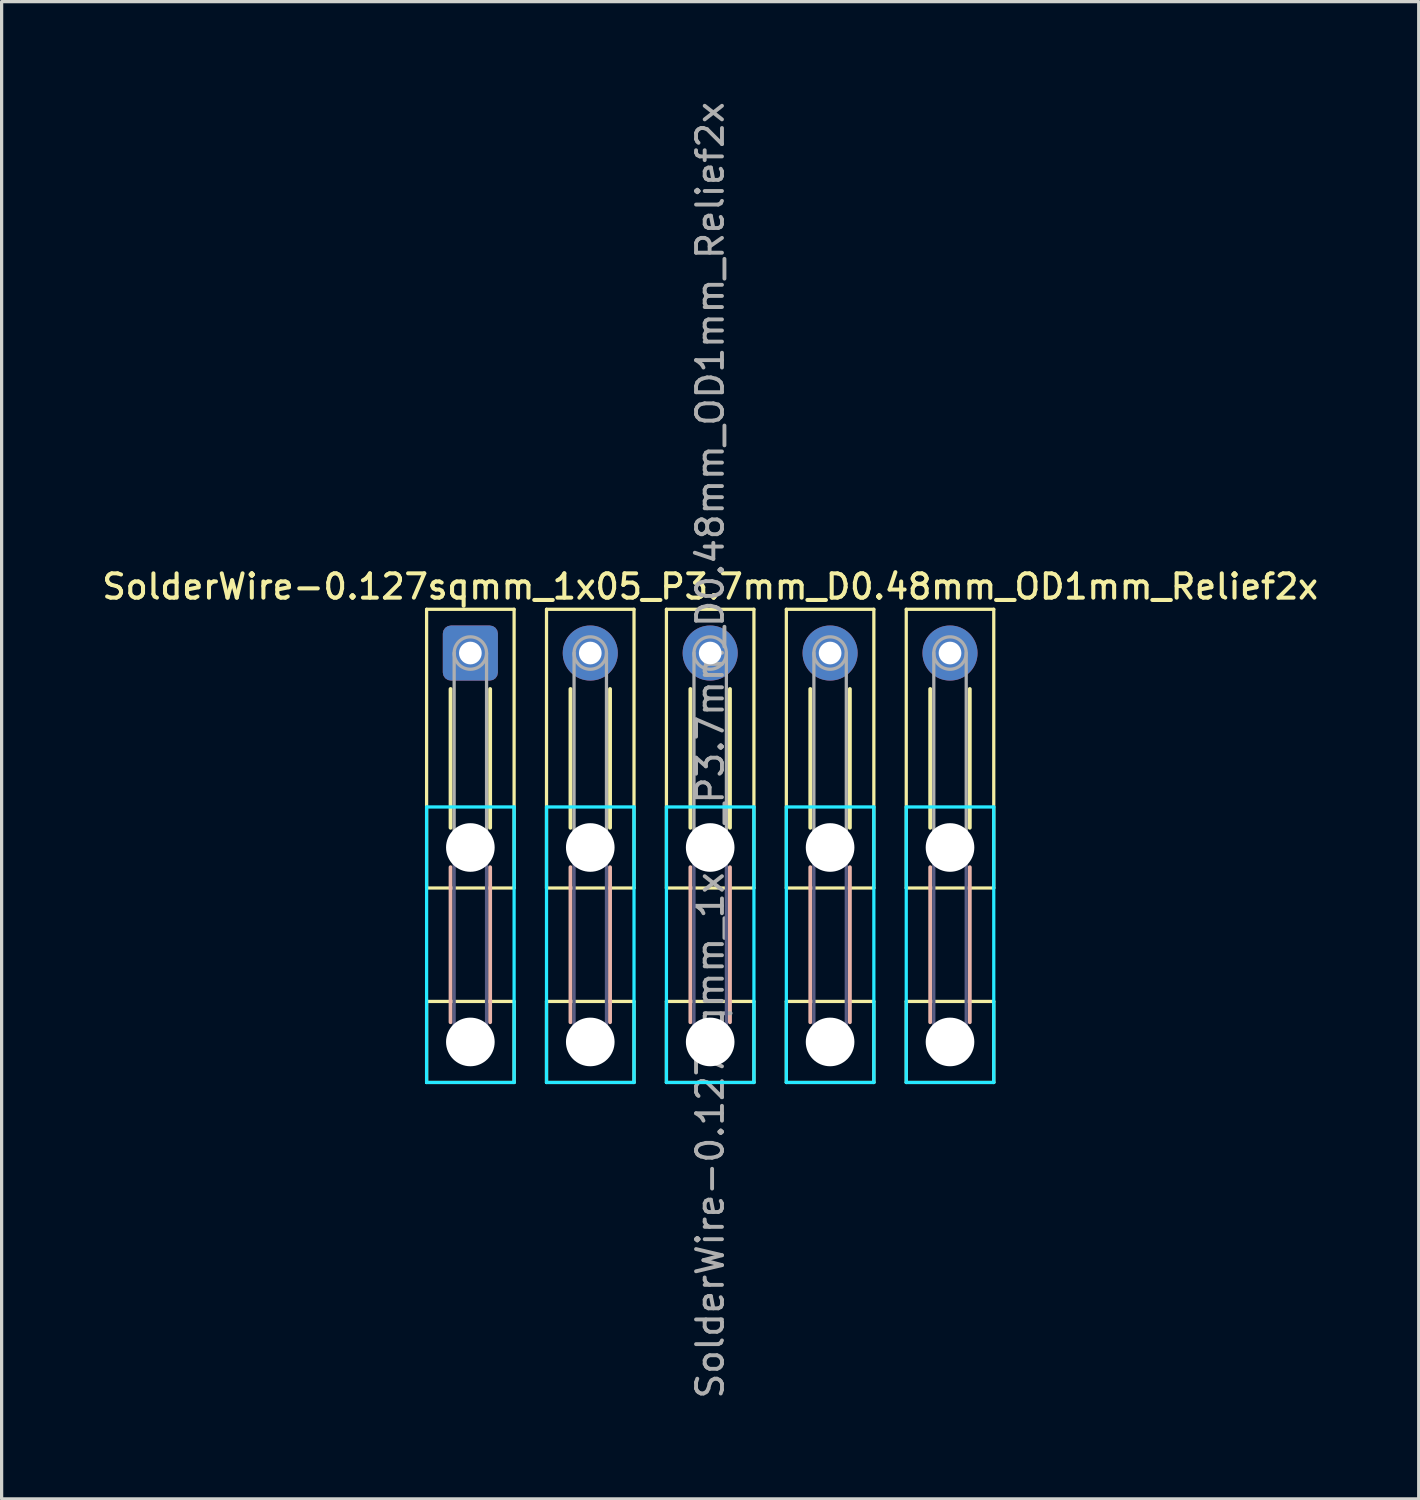
<source format=kicad_pcb>
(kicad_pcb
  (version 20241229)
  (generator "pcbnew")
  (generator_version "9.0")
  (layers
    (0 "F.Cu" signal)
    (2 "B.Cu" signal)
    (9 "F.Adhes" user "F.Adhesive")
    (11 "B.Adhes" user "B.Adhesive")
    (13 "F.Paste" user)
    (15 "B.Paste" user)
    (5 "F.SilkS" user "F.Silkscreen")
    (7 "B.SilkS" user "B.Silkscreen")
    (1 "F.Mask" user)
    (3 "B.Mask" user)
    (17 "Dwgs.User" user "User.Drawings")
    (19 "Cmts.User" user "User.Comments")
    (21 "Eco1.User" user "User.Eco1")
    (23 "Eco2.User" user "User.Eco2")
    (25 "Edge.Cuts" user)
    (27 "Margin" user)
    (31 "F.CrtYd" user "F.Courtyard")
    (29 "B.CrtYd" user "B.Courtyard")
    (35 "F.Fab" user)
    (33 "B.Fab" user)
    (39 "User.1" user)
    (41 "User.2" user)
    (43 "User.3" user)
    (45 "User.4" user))
  (footprint "SolderWire-0.127sqmm_1x05_P3.7mm_D0.48mm_OD1mm_Relief2x"
    (layer "F.Cu")
    (at 11.463 17.1)
    (property "Reference" "SolderWire-0.127sqmm_1x05_P3.7mm_D0.48mm_OD1mm_Relief2x" (at 7.4 -2.05 0) (layer "F.SilkS") (effects (font (size 0.75 0.75) (thickness 0.125))))
    (attr exclude_from_pos_files exclude_from_bom)
    (fp_line (start -1.35 -1.35) (end -1.35 7.25) (stroke (width 0.1) (type solid)) (layer "F.SilkS"))
    (fp_line (start -1.35 7.25) (end 1.35 7.25) (stroke (width 0.1) (type solid)) (layer "F.SilkS"))
    (fp_line (start -1.35 10.75) (end -1.35 13.25) (stroke (width 0.1) (type solid)) (layer "F.SilkS"))
    (fp_line (start -1.35 13.25) (end 1.35 13.25) (stroke (width 0.1) (type solid)) (layer "F.SilkS"))
    (fp_line (start -0.61 1.11) (end -0.61 5.39) (stroke (width 0.12) (type solid)) (layer "F.SilkS"))
    (fp_line (start 0.61 1.11) (end 0.61 5.39) (stroke (width 0.12) (type solid)) (layer "F.SilkS"))
    (fp_line (start 1.35 -1.35) (end -1.35 -1.35) (stroke (width 0.1) (type solid)) (layer "F.SilkS"))
    (fp_line (start 1.35 7.25) (end 1.35 -1.35) (stroke (width 0.1) (type solid)) (layer "F.SilkS"))
    (fp_line (start 1.35 10.75) (end -1.35 10.75) (stroke (width 0.1) (type solid)) (layer "F.SilkS"))
    (fp_line (start 1.35 13.25) (end 1.35 10.75) (stroke (width 0.1) (type solid)) (layer "F.SilkS"))
    (fp_line (start 2.35 -1.35) (end 2.35 7.25) (stroke (width 0.1) (type solid)) (layer "F.SilkS"))
    (fp_line (start 2.35 7.25) (end 5.05 7.25) (stroke (width 0.1) (type solid)) (layer "F.SilkS"))
    (fp_line (start 2.35 10.75) (end 2.35 13.25) (stroke (width 0.1) (type solid)) (layer "F.SilkS"))
    (fp_line (start 2.35 13.25) (end 5.05 13.25) (stroke (width 0.1) (type solid)) (layer "F.SilkS"))
    (fp_line (start 3.09 1.11) (end 3.09 5.39) (stroke (width 0.12) (type solid)) (layer "F.SilkS"))
    (fp_line (start 4.31 1.11) (end 4.31 5.39) (stroke (width 0.12) (type solid)) (layer "F.SilkS"))
    (fp_line (start 5.05 -1.35) (end 2.35 -1.35) (stroke (width 0.1) (type solid)) (layer "F.SilkS"))
    (fp_line (start 5.05 7.25) (end 5.05 -1.35) (stroke (width 0.1) (type solid)) (layer "F.SilkS"))
    (fp_line (start 5.05 10.75) (end 2.35 10.75) (stroke (width 0.1) (type solid)) (layer "F.SilkS"))
    (fp_line (start 5.05 13.25) (end 5.05 10.75) (stroke (width 0.1) (type solid)) (layer "F.SilkS"))
    (fp_line (start 6.05 -1.35) (end 6.05 7.25) (stroke (width 0.1) (type solid)) (layer "F.SilkS"))
    (fp_line (start 6.05 7.25) (end 8.75 7.25) (stroke (width 0.1) (type solid)) (layer "F.SilkS"))
    (fp_line (start 6.05 10.75) (end 6.05 13.25) (stroke (width 0.1) (type solid)) (layer "F.SilkS"))
    (fp_line (start 6.05 13.25) (end 8.75 13.25) (stroke (width 0.1) (type solid)) (layer "F.SilkS"))
    (fp_line (start 6.79 1.11) (end 6.79 5.39) (stroke (width 0.12) (type solid)) (layer "F.SilkS"))
    (fp_line (start 8.01 1.11) (end 8.01 5.39) (stroke (width 0.12) (type solid)) (layer "F.SilkS"))
    (fp_line (start 8.75 -1.35) (end 6.05 -1.35) (stroke (width 0.1) (type solid)) (layer "F.SilkS"))
    (fp_line (start 8.75 7.25) (end 8.75 -1.35) (stroke (width 0.1) (type solid)) (layer "F.SilkS"))
    (fp_line (start 8.75 10.75) (end 6.05 10.75) (stroke (width 0.1) (type solid)) (layer "F.SilkS"))
    (fp_line (start 8.75 13.25) (end 8.75 10.75) (stroke (width 0.1) (type solid)) (layer "F.SilkS"))
    (fp_line (start 9.75 -1.35) (end 9.75 7.25) (stroke (width 0.1) (type solid)) (layer "F.SilkS"))
    (fp_line (start 9.75 7.25) (end 12.45 7.25) (stroke (width 0.1) (type solid)) (layer "F.SilkS"))
    (fp_line (start 9.75 10.75) (end 9.75 13.25) (stroke (width 0.1) (type solid)) (layer "F.SilkS"))
    (fp_line (start 9.75 13.25) (end 12.45 13.25) (stroke (width 0.1) (type solid)) (layer "F.SilkS"))
    (fp_line (start 10.49 1.11) (end 10.49 5.39) (stroke (width 0.12) (type solid)) (layer "F.SilkS"))
    (fp_line (start 11.71 1.11) (end 11.71 5.39) (stroke (width 0.12) (type solid)) (layer "F.SilkS"))
    (fp_line (start 12.45 -1.35) (end 9.75 -1.35) (stroke (width 0.1) (type solid)) (layer "F.SilkS"))
    (fp_line (start 12.45 7.25) (end 12.45 -1.35) (stroke (width 0.1) (type solid)) (layer "F.SilkS"))
    (fp_line (start 12.45 10.75) (end 9.75 10.75) (stroke (width 0.1) (type solid)) (layer "F.SilkS"))
    (fp_line (start 12.45 13.25) (end 12.45 10.75) (stroke (width 0.1) (type solid)) (layer "F.SilkS"))
    (fp_line (start 13.45 -1.35) (end 13.45 7.25) (stroke (width 0.1) (type solid)) (layer "F.SilkS"))
    (fp_line (start 13.45 7.25) (end 16.15 7.25) (stroke (width 0.1) (type solid)) (layer "F.SilkS"))
    (fp_line (start 13.45 10.75) (end 13.45 13.25) (stroke (width 0.1) (type solid)) (layer "F.SilkS"))
    (fp_line (start 13.45 13.25) (end 16.15 13.25) (stroke (width 0.1) (type solid)) (layer "F.SilkS"))
    (fp_line (start 14.19 1.11) (end 14.19 5.39) (stroke (width 0.12) (type solid)) (layer "F.SilkS"))
    (fp_line (start 15.41 1.11) (end 15.41 5.39) (stroke (width 0.12) (type solid)) (layer "F.SilkS"))
    (fp_line (start 16.15 -1.35) (end 13.45 -1.35) (stroke (width 0.1) (type solid)) (layer "F.SilkS"))
    (fp_line (start 16.15 7.25) (end 16.15 -1.35) (stroke (width 0.1) (type solid)) (layer "F.SilkS"))
    (fp_line (start 16.15 10.75) (end 13.45 10.75) (stroke (width 0.1) (type solid)) (layer "F.SilkS"))
    (fp_line (start 16.15 13.25) (end 16.15 10.75) (stroke (width 0.1) (type solid)) (layer "F.SilkS"))
    (fp_line (start -0.61 6.61) (end -0.61 11.39) (stroke (width 0.12) (type solid)) (layer "B.SilkS"))
    (fp_line (start 0.61 6.61) (end 0.61 11.39) (stroke (width 0.12) (type solid)) (layer "B.SilkS"))
    (fp_line (start 3.09 6.61) (end 3.09 11.39) (stroke (width 0.12) (type solid)) (layer "B.SilkS"))
    (fp_line (start 4.31 6.61) (end 4.31 11.39) (stroke (width 0.12) (type solid)) (layer "B.SilkS"))
    (fp_line (start 6.79 6.61) (end 6.79 11.39) (stroke (width 0.12) (type solid)) (layer "B.SilkS"))
    (fp_line (start 8.01 6.61) (end 8.01 11.39) (stroke (width 0.12) (type solid)) (layer "B.SilkS"))
    (fp_line (start 10.49 6.61) (end 10.49 11.39) (stroke (width 0.12) (type solid)) (layer "B.SilkS"))
    (fp_line (start 11.71 6.61) (end 11.71 11.39) (stroke (width 0.12) (type solid)) (layer "B.SilkS"))
    (fp_line (start 14.19 6.61) (end 14.19 11.39) (stroke (width 0.12) (type solid)) (layer "B.SilkS"))
    (fp_line (start 15.41 6.61) (end 15.41 11.39) (stroke (width 0.12) (type solid)) (layer "B.SilkS"))
    (fp_line (start -1.35 4.75) (end -1.35 13.25) (stroke (width 0.1) (type solid)) (layer "B.CrtYd"))
    (fp_line (start -1.35 13.25) (end 1.35 13.25) (stroke (width 0.1) (type solid)) (layer "B.CrtYd"))
    (fp_line (start 1.35 4.75) (end -1.35 4.75) (stroke (width 0.1) (type solid)) (layer "B.CrtYd"))
    (fp_line (start 1.35 13.25) (end 1.35 4.75) (stroke (width 0.1) (type solid)) (layer "B.CrtYd"))
    (fp_line (start 2.35 4.75) (end 2.35 13.25) (stroke (width 0.1) (type solid)) (layer "B.CrtYd"))
    (fp_line (start 2.35 13.25) (end 5.05 13.25) (stroke (width 0.1) (type solid)) (layer "B.CrtYd"))
    (fp_line (start 5.05 4.75) (end 2.35 4.75) (stroke (width 0.1) (type solid)) (layer "B.CrtYd"))
    (fp_line (start 5.05 13.25) (end 5.05 4.75) (stroke (width 0.1) (type solid)) (layer "B.CrtYd"))
    (fp_line (start 6.05 4.75) (end 6.05 13.25) (stroke (width 0.1) (type solid)) (layer "B.CrtYd"))
    (fp_line (start 6.05 13.25) (end 8.75 13.25) (stroke (width 0.1) (type solid)) (layer "B.CrtYd"))
    (fp_line (start 8.75 4.75) (end 6.05 4.75) (stroke (width 0.1) (type solid)) (layer "B.CrtYd"))
    (fp_line (start 8.75 13.25) (end 8.75 4.75) (stroke (width 0.1) (type solid)) (layer "B.CrtYd"))
    (fp_line (start 9.75 4.75) (end 9.75 13.25) (stroke (width 0.1) (type solid)) (layer "B.CrtYd"))
    (fp_line (start 9.75 13.25) (end 12.45 13.25) (stroke (width 0.1) (type solid)) (layer "B.CrtYd"))
    (fp_line (start 12.45 4.75) (end 9.75 4.75) (stroke (width 0.1) (type solid)) (layer "B.CrtYd"))
    (fp_line (start 12.45 13.25) (end 12.45 4.75) (stroke (width 0.1) (type solid)) (layer "B.CrtYd"))
    (fp_line (start 13.45 4.75) (end 13.45 13.25) (stroke (width 0.1) (type solid)) (layer "B.CrtYd"))
    (fp_line (start 13.45 13.25) (end 16.15 13.25) (stroke (width 0.1) (type solid)) (layer "B.CrtYd"))
    (fp_line (start 16.15 4.75) (end 13.45 4.75) (stroke (width 0.1) (type solid)) (layer "B.CrtYd"))
    (fp_line (start 16.15 13.25) (end 16.15 4.75) (stroke (width 0.1) (type solid)) (layer "B.CrtYd"))
    (fp_line (start -0.5 6) (end -0.5 12) (stroke (width 0.1) (type solid)) (layer "B.Fab"))
    (fp_line (start 0.5 6) (end 0.5 12) (stroke (width 0.1) (type solid)) (layer "B.Fab"))
    (fp_line (start 3.2 6) (end 3.2 12) (stroke (width 0.1) (type solid)) (layer "B.Fab"))
    (fp_line (start 4.2 6) (end 4.2 12) (stroke (width 0.1) (type solid)) (layer "B.Fab"))
    (fp_line (start 6.9 6) (end 6.9 12) (stroke (width 0.1) (type solid)) (layer "B.Fab"))
    (fp_line (start 7.9 6) (end 7.9 12) (stroke (width 0.1) (type solid)) (layer "B.Fab"))
    (fp_line (start 10.6 6) (end 10.6 12) (stroke (width 0.1) (type solid)) (layer "B.Fab"))
    (fp_line (start 11.6 6) (end 11.6 12) (stroke (width 0.1) (type solid)) (layer "B.Fab"))
    (fp_line (start 14.3 6) (end 14.3 12) (stroke (width 0.1) (type solid)) (layer "B.Fab"))
    (fp_line (start 15.3 6) (end 15.3 12) (stroke (width 0.1) (type solid)) (layer "B.Fab"))
    (fp_circle (center 0 6) (end 0.5 6) (stroke (width 0.1) (type solid)) (fill no) (layer "B.Fab"))
    (fp_circle (center 0 12) (end 0.5 12) (stroke (width 0.1) (type solid)) (fill no) (layer "B.Fab"))
    (fp_circle (center 3.7 6) (end 4.2 6) (stroke (width 0.1) (type solid)) (fill no) (layer "B.Fab"))
    (fp_circle (center 3.7 12) (end 4.2 12) (stroke (width 0.1) (type solid)) (fill no) (layer "B.Fab"))
    (fp_circle (center 7.4 6) (end 7.9 6) (stroke (width 0.1) (type solid)) (fill no) (layer "B.Fab"))
    (fp_circle (center 7.4 12) (end 7.9 12) (stroke (width 0.1) (type solid)) (fill no) (layer "B.Fab"))
    (fp_circle (center 11.1 6) (end 11.6 6) (stroke (width 0.1) (type solid)) (fill no) (layer "B.Fab"))
    (fp_circle (center 11.1 12) (end 11.6 12) (stroke (width 0.1) (type solid)) (fill no) (layer "B.Fab"))
    (fp_circle (center 14.8 6) (end 15.3 6) (stroke (width 0.1) (type solid)) (fill no) (layer "B.Fab"))
    (fp_circle (center 14.8 12) (end 15.3 12) (stroke (width 0.1) (type solid)) (fill no) (layer "B.Fab"))
    (fp_line (start -0.5 0) (end -0.5 6) (stroke (width 0.1) (type solid)) (layer "F.Fab"))
    (fp_line (start 0.5 0) (end 0.5 6) (stroke (width 0.1) (type solid)) (layer "F.Fab"))
    (fp_line (start 3.2 0) (end 3.2 6) (stroke (width 0.1) (type solid)) (layer "F.Fab"))
    (fp_line (start 4.2 0) (end 4.2 6) (stroke (width 0.1) (type solid)) (layer "F.Fab"))
    (fp_line (start 6.9 0) (end 6.9 6) (stroke (width 0.1) (type solid)) (layer "F.Fab"))
    (fp_line (start 7.9 0) (end 7.9 6) (stroke (width 0.1) (type solid)) (layer "F.Fab"))
    (fp_line (start 10.6 0) (end 10.6 6) (stroke (width 0.1) (type solid)) (layer "F.Fab"))
    (fp_line (start 11.6 0) (end 11.6 6) (stroke (width 0.1) (type solid)) (layer "F.Fab"))
    (fp_line (start 14.3 0) (end 14.3 6) (stroke (width 0.1) (type solid)) (layer "F.Fab"))
    (fp_line (start 15.3 0) (end 15.3 6) (stroke (width 0.1) (type solid)) (layer "F.Fab"))
    (fp_circle (center 0 0) (end 0.5 0) (stroke (width 0.1) (type solid)) (fill no) (layer "F.Fab"))
    (fp_circle (center 0 6) (end 0.5 6) (stroke (width 0.1) (type solid)) (fill no) (layer "F.Fab"))
    (fp_circle (center 0 12) (end 0.5 12) (stroke (width 0.1) (type solid)) (fill no) (layer "F.Fab"))
    (fp_circle (center 3.7 0) (end 4.2 0) (stroke (width 0.1) (type solid)) (fill no) (layer "F.Fab"))
    (fp_circle (center 3.7 6) (end 4.2 6) (stroke (width 0.1) (type solid)) (fill no) (layer "F.Fab"))
    (fp_circle (center 3.7 12) (end 4.2 12) (stroke (width 0.1) (type solid)) (fill no) (layer "F.Fab"))
    (fp_circle (center 7.4 0) (end 7.9 0) (stroke (width 0.1) (type solid)) (fill no) (layer "F.Fab"))
    (fp_circle (center 7.4 6) (end 7.9 6) (stroke (width 0.1) (type solid)) (fill no) (layer "F.Fab"))
    (fp_circle (center 7.4 12) (end 7.9 12) (stroke (width 0.1) (type solid)) (fill no) (layer "F.Fab"))
    (fp_circle (center 11.1 0) (end 11.6 0) (stroke (width 0.1) (type solid)) (fill no) (layer "F.Fab"))
    (fp_circle (center 11.1 6) (end 11.6 6) (stroke (width 0.1) (type solid)) (fill no) (layer "F.Fab"))
    (fp_circle (center 11.1 12) (end 11.6 12) (stroke (width 0.1) (type solid)) (fill no) (layer "F.Fab"))
    (fp_circle (center 14.8 0) (end 15.3 0) (stroke (width 0.1) (type solid)) (fill no) (layer "F.Fab"))
    (fp_circle (center 14.8 6) (end 15.3 6) (stroke (width 0.1) (type solid)) (fill no) (layer "F.Fab"))
    (fp_circle (center 14.8 12) (end 15.3 12) (stroke (width 0.1) (type solid)) (fill no) (layer "F.Fab"))
    (fp_text user "${REFERENCE}" (at 7.4 3 90) (layer "F.Fab") (effects (font (size 0.8 0.8) (thickness 0.12))))
    (pad "" np_thru_hole circle (at 0 6) (size 1.5 1.5) (drill 1.5) (layers "*.Cu" "*.Mask"))
    (pad "" np_thru_hole circle (at 0 12) (size 1.5 1.5) (drill 1.5) (layers "*.Cu" "*.Mask"))
    (pad "" np_thru_hole circle (at 3.7 6) (size 1.5 1.5) (drill 1.5) (layers "*.Cu" "*.Mask"))
    (pad "" np_thru_hole circle (at 3.7 12) (size 1.5 1.5) (drill 1.5) (layers "*.Cu" "*.Mask"))
    (pad "" np_thru_hole circle (at 7.4 6) (size 1.5 1.5) (drill 1.5) (layers "*.Cu" "*.Mask"))
    (pad "" np_thru_hole circle (at 7.4 12) (size 1.5 1.5) (drill 1.5) (layers "*.Cu" "*.Mask"))
    (pad "" np_thru_hole circle (at 11.1 6) (size 1.5 1.5) (drill 1.5) (layers "*.Cu" "*.Mask"))
    (pad "" np_thru_hole circle (at 11.1 12) (size 1.5 1.5) (drill 1.5) (layers "*.Cu" "*.Mask"))
    (pad "" np_thru_hole circle (at 14.8 6) (size 1.5 1.5) (drill 1.5) (layers "*.Cu" "*.Mask"))
    (pad "" np_thru_hole circle (at 14.8 12) (size 1.5 1.5) (drill 1.5) (layers "*.Cu" "*.Mask"))
    (pad "1" thru_hole roundrect (at 0 0) (size 1.7 1.7) (drill 0.7) (layers "*.Cu" "*.Mask") (roundrect_rratio 0.147))
    (pad "2" thru_hole circle (at 3.7 0) (size 1.7 1.7) (drill 0.7) (layers "*.Cu" "*.Mask"))
    (pad "3" thru_hole circle (at 7.4 0) (size 1.7 1.7) (drill 0.7) (layers "*.Cu" "*.Mask"))
    (pad "4" thru_hole circle (at 11.1 0) (size 1.7 1.7) (drill 0.7) (layers "*.Cu" "*.Mask"))
    (pad "5" thru_hole circle (at 14.8 0) (size 1.7 1.7) (drill 0.7) (layers "*.Cu" "*.Mask")))
  (gr_rect
    (start -3 -3)
    (end 40.725 43.2)
    (stroke (width 0.1) (type default))
    (fill no)
    (layer "Edge.Cuts")))
</source>
